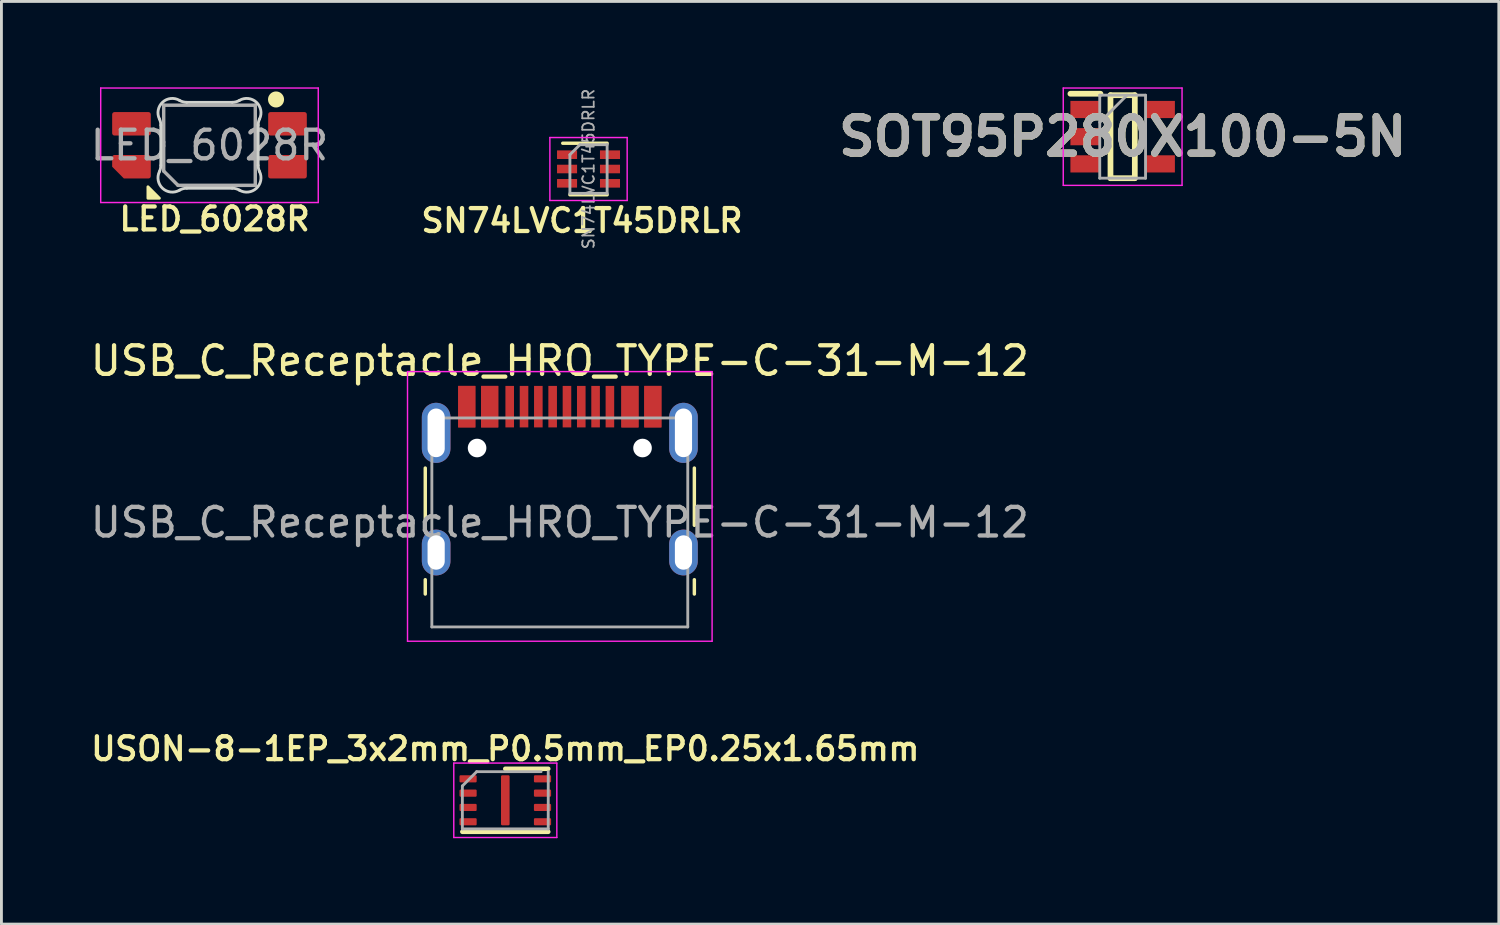
<source format=kicad_pcb>
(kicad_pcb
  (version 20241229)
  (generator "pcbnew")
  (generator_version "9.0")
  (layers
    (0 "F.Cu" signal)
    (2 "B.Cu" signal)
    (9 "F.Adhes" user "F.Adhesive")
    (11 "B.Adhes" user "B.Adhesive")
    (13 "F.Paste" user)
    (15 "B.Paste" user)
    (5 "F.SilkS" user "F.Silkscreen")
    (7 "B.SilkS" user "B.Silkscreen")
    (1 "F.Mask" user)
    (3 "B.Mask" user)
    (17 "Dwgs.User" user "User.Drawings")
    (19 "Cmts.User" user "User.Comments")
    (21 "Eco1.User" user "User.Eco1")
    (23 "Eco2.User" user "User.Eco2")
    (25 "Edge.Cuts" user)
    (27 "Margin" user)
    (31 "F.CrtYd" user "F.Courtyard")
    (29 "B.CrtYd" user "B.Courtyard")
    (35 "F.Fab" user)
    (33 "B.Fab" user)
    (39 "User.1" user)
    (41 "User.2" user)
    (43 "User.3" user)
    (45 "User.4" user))
  (footprint "SN74LVC1T45DRLR"
    (layer "F.Cu")
    (at 17.509 2.854)
    (property "Reference" "SN74LVC1T45DRLR" (at -0.228 1.803 180) (layer "F.SilkS") (effects (font (size 0.8 0.8) (thickness 0.15))))
    (attr smd)
    (fp_line (start -0.9 -0.9) (end 0.65 -0.9) (stroke (width 0.12) (type solid)) (layer "F.SilkS"))
    (fp_line (start 0.65 0.9) (end -0.65 0.9) (stroke (width 0.12) (type solid)) (layer "F.SilkS"))
    (fp_line (start -1.35 -1.1) (end -1.35 1.1) (stroke (width 0.05) (type solid)) (layer "F.CrtYd"))
    (fp_line (start -1.35 -1.1) (end 1.35 -1.1) (stroke (width 0.05) (type solid)) (layer "F.CrtYd"))
    (fp_line (start 1.35 1.1) (end -1.35 1.1) (stroke (width 0.05) (type solid)) (layer "F.CrtYd"))
    (fp_line (start 1.35 1.1) (end 1.35 -1.1) (stroke (width 0.05) (type solid)) (layer "F.CrtYd"))
    (fp_line (start -0.65 -0.5) (end -0.65 0.85) (stroke (width 0.1) (type solid)) (layer "F.Fab"))
    (fp_line (start -0.65 -0.5) (end -0.3 -0.85) (stroke (width 0.1) (type solid)) (layer "F.Fab"))
    (fp_line (start -0.65 0.85) (end 0.65 0.85) (stroke (width 0.1) (type solid)) (layer "F.Fab"))
    (fp_line (start 0.65 -0.85) (end -0.3 -0.85) (stroke (width 0.1) (type solid)) (layer "F.Fab"))
    (fp_line (start 0.65 0.85) (end 0.65 -0.85) (stroke (width 0.1) (type solid)) (layer "F.Fab"))
    (fp_text user "${REFERENCE}" (at 0 0 90) (layer "F.Fab") (effects (font (size 0.4 0.4) (thickness 0.062))))
    (pad "1" smd rect (at -0.75 -0.5) (size 0.7 0.3) (layers "F.Cu" "F.Mask" "F.Paste"))
    (pad "2" smd rect (at -0.75 0) (size 0.7 0.3) (layers "F.Cu" "F.Mask" "F.Paste"))
    (pad "3" smd rect (at -0.75 0.5) (size 0.7 0.3) (layers "F.Cu" "F.Mask" "F.Paste"))
    (pad "4" smd rect (at 0.75 0.5) (size 0.7 0.3) (layers "F.Cu" "F.Mask" "F.Paste"))
    (pad "5" smd rect (at 0.75 0) (size 0.7 0.3) (layers "F.Cu" "F.Mask" "F.Paste"))
    (pad "6" smd rect (at 0.75 -0.5) (size 0.7 0.3) (layers "F.Cu" "F.Mask" "F.Paste")))
  (footprint "USB_C_Receptacle_HRO_TYPE-C-31-M-12"
    (layer "F.Cu")
    (at 16.506 15.201)
    (property "Reference" "USB_C_Receptacle_HRO_TYPE-C-31-M-12" (at 0 -5.645 180) (layer "F.SilkS") (effects (font (size 1 1) (thickness 0.15))))
    (attr smd)
    (fp_line (start -4.7 -1.9) (end -4.7 0.1) (stroke (width 0.12) (type solid)) (layer "F.SilkS"))
    (fp_line (start -4.7 2) (end -4.7 2.5) (stroke (width 0.12) (type solid)) (layer "F.SilkS"))
    (fp_line (start 4.7 -1.9) (end 4.7 0.1) (stroke (width 0.12) (type solid)) (layer "F.SilkS"))
    (fp_line (start 4.7 2) (end 4.7 2.5) (stroke (width 0.12) (type solid)) (layer "F.SilkS"))
    (fp_line (start -5.32 -5.27) (end -5.32 4.15) (stroke (width 0.05) (type solid)) (layer "F.CrtYd"))
    (fp_line (start -5.32 -5.27) (end 5.32 -5.27) (stroke (width 0.05) (type solid)) (layer "F.CrtYd"))
    (fp_line (start -5.32 4.15) (end 5.32 4.15) (stroke (width 0.05) (type solid)) (layer "F.CrtYd"))
    (fp_line (start 5.32 -5.27) (end 5.32 4.15) (stroke (width 0.05) (type solid)) (layer "F.CrtYd"))
    (fp_line (start -4.47 -3.65) (end -4.47 3.65) (stroke (width 0.1) (type solid)) (layer "F.Fab"))
    (fp_line (start -4.47 -3.65) (end 4.47 -3.65) (stroke (width 0.1) (type solid)) (layer "F.Fab"))
    (fp_line (start -4.47 3.65) (end 4.47 3.65) (stroke (width 0.1) (type solid)) (layer "F.Fab"))
    (fp_line (start 4.47 -3.65) (end 4.47 3.65) (stroke (width 0.1) (type solid)) (layer "F.Fab"))
    (fp_text user "${REFERENCE}" (at 0 0 180) (layer "F.Fab") (effects (font (size 1 1) (thickness 0.15))))
    (pad "" np_thru_hole circle (at -2.89 -2.6) (size 0.65 0.65) (drill 0.65) (layers "*.Cu" "*.Mask"))
    (pad "" np_thru_hole circle (at 2.89 -2.6) (size 0.65 0.65) (drill 0.65) (layers "*.Cu" "*.Mask"))
    (pad "A1" smd rect (at -3.25 -4.045) (size 0.6 1.45) (layers "F.Cu" "F.Mask" "F.Paste"))
    (pad "A4" smd rect (at -2.45 -4.045) (size 0.6 1.45) (layers "F.Cu" "F.Mask" "F.Paste"))
    (pad "A5" smd rect (at -1.25 -4.045) (size 0.3 1.45) (layers "F.Cu" "F.Mask" "F.Paste"))
    (pad "A6" smd rect (at -0.25 -4.045) (size 0.3 1.45) (layers "F.Cu" "F.Mask" "F.Paste"))
    (pad "A7" smd rect (at 0.25 -4.045) (size 0.3 1.45) (layers "F.Cu" "F.Mask" "F.Paste"))
    (pad "A8" smd rect (at 1.25 -4.045) (size 0.3 1.45) (layers "F.Cu" "F.Mask" "F.Paste"))
    (pad "A9" smd rect (at 2.45 -4.045) (size 0.6 1.45) (layers "F.Cu" "F.Mask" "F.Paste"))
    (pad "A12" smd rect (at 3.25 -4.045) (size 0.6 1.45) (layers "F.Cu" "F.Mask" "F.Paste"))
    (pad "B1" smd rect (at 3.25 -4.045) (size 0.6 1.45) (layers "F.Cu" "F.Mask" "F.Paste"))
    (pad "B4" smd rect (at 2.45 -4.045) (size 0.6 1.45) (layers "F.Cu" "F.Mask" "F.Paste"))
    (pad "B5" smd rect (at 1.75 -4.045) (size 0.3 1.45) (layers "F.Cu" "F.Mask" "F.Paste"))
    (pad "B6" smd rect (at 0.75 -4.045) (size 0.3 1.45) (layers "F.Cu" "F.Mask" "F.Paste"))
    (pad "B7" smd rect (at -0.75 -4.045) (size 0.3 1.45) (layers "F.Cu" "F.Mask" "F.Paste"))
    (pad "B8" smd rect (at -1.75 -4.045) (size 0.3 1.45) (layers "F.Cu" "F.Mask" "F.Paste"))
    (pad "B9" smd rect (at -2.45 -4.045) (size 0.6 1.45) (layers "F.Cu" "F.Mask" "F.Paste"))
    (pad "B12" smd rect (at -3.25 -4.045) (size 0.6 1.45) (layers "F.Cu" "F.Mask" "F.Paste"))
    (pad "S1" thru_hole oval (at -4.32 -3.13) (size 1 2.1) (drill oval 0.6 1.7) (layers "*.Cu" "*.Mask"))
    (pad "S1" thru_hole oval (at -4.32 1.05) (size 1 1.6) (drill oval 0.6 1.2) (layers "*.Cu" "*.Mask"))
    (pad "S1" thru_hole oval (at 4.32 -3.13) (size 1 2.1) (drill oval 0.6 1.7) (layers "*.Cu" "*.Mask"))
    (pad "S1" thru_hole oval (at 4.32 1.05) (size 1 1.6) (drill oval 0.6 1.2) (layers "*.Cu" "*.Mask")))
  (footprint "SOT95P280X100-5N"
    (layer "F.Cu")
    (at 36.168 1.725)
    (property "Reference" "SOT95P280X100-5N" (at 0 0 0) (layer "F.SilkS") (effects (font (size 1.27 1.27) (thickness 0.254))))
    (attr smd)
    (fp_line (start -1.825 -1.5) (end -0.775 -1.5) (stroke (width 0.2) (type solid)) (layer "F.SilkS"))
    (fp_line (start -0.425 -1.45) (end 0.425 -1.45) (stroke (width 0.2) (type solid)) (layer "F.SilkS"))
    (fp_line (start -0.425 1.45) (end -0.425 -1.45) (stroke (width 0.2) (type solid)) (layer "F.SilkS"))
    (fp_line (start 0.425 -1.45) (end 0.425 1.45) (stroke (width 0.2) (type solid)) (layer "F.SilkS"))
    (fp_line (start 0.425 1.45) (end -0.425 1.45) (stroke (width 0.2) (type solid)) (layer "F.SilkS"))
    (fp_line (start -2.075 -1.7) (end 2.075 -1.7) (stroke (width 0.05) (type solid)) (layer "F.CrtYd"))
    (fp_line (start -2.075 1.7) (end -2.075 -1.7) (stroke (width 0.05) (type solid)) (layer "F.CrtYd"))
    (fp_line (start 2.075 -1.7) (end 2.075 1.7) (stroke (width 0.05) (type solid)) (layer "F.CrtYd"))
    (fp_line (start 2.075 1.7) (end -2.075 1.7) (stroke (width 0.05) (type solid)) (layer "F.CrtYd"))
    (fp_line (start -0.8 -1.45) (end 0.8 -1.45) (stroke (width 0.1) (type solid)) (layer "F.Fab"))
    (fp_line (start -0.8 -0.5) (end 0.15 -1.45) (stroke (width 0.1) (type solid)) (layer "F.Fab"))
    (fp_line (start -0.8 1.45) (end -0.8 -1.45) (stroke (width 0.1) (type solid)) (layer "F.Fab"))
    (fp_line (start 0.8 -1.45) (end 0.8 1.45) (stroke (width 0.1) (type solid)) (layer "F.Fab"))
    (fp_line (start 0.8 1.45) (end -0.8 1.45) (stroke (width 0.1) (type solid)) (layer "F.Fab"))
    (fp_text user "${REFERENCE}" (at 0 0 0) (layer "F.Fab") (effects (font (size 1.27 1.27) (thickness 0.254))))
    (pad "1" smd rect (at -1.3 -0.95 90) (size 0.6 1.05) (layers "F.Cu" "F.Mask" "F.Paste"))
    (pad "2" smd rect (at -1.3 0 90) (size 0.6 1.05) (layers "F.Cu" "F.Mask" "F.Paste"))
    (pad "3" smd rect (at -1.3 0.95 90) (size 0.6 1.05) (layers "F.Cu" "F.Mask" "F.Paste"))
    (pad "4" smd rect (at 1.3 0.95 90) (size 0.6 1.05) (layers "F.Cu" "F.Mask" "F.Paste"))
    (pad "5" smd rect (at 1.3 -0.95 90) (size 0.6 1.05) (layers "F.Cu" "F.Mask" "F.Paste")))
  (footprint "LED_6028R"
    (layer "F.Cu")
    (at 4.268 2.025)
    (property "Reference" "LED_6028R" (at 0.18 2.575 0) (layer "F.SilkS") (effects (font (size 0.8 0.8) (thickness 0.15))))
    (attr smd)
    (fp_circle (center 2.325 -1.6) (end 2.55 -1.65) (stroke (width 0.1) (type solid)) (fill yes) (layer "F.SilkS"))
    (fp_poly (pts (xy -1.75 1.85) (xy -2.15 1.45) (xy -2.15 1.85)) (stroke (width 0.1) (type solid)) (fill yes) (layer "F.SilkS"))
    (fp_line (start -1.7 -0.703) (end -1.7 0.703) (stroke (width 0.1) (type solid)) (layer "Edge.Cuts"))
    (fp_line (start -0.794 1.5) (end 0.794 1.5) (stroke (width 0.1) (type solid)) (layer "Edge.Cuts"))
    (fp_line (start 0.794 -1.5) (end -0.794 -1.5) (stroke (width 0.1) (type solid)) (layer "Edge.Cuts"))
    (fp_line (start 1.7 0.703) (end 1.7 -0.703) (stroke (width 0.1) (type solid)) (layer "Edge.Cuts"))
    (fp_arc (start -1.749484 -0.919721) (mid -1.712527 -0.814069) (end -1.699999 -0.702844) (stroke (width 0.1) (type solid)) (layer "Edge.Cuts"))
    (fp_arc (start -1.749484 -0.919721) (mid -1.638071 -1.504036) (end -1.046711 -1.568299) (stroke (width 0.1) (type solid)) (layer "Edge.Cuts"))
    (fp_arc (start -1.699999 0.702841) (mid -1.712527 0.814067) (end -1.749484 0.919719) (stroke (width 0.1) (type solid)) (layer "Edge.Cuts"))
    (fp_arc (start -1.046711 1.568298) (mid -1.638072 1.504034) (end -1.749484 0.919718) (stroke (width 0.1) (type solid)) (layer "Edge.Cuts"))
    (fp_arc (start -1.046711 1.568298) (mid -0.925123 1.517376) (end -0.794452 1.499999) (stroke (width 0.1) (type solid)) (layer "Edge.Cuts"))
    (fp_arc (start -0.794453 -1.5) (mid -0.925123 -1.517377) (end -1.046711 -1.568299) (stroke (width 0.1) (type solid)) (layer "Edge.Cuts"))
    (fp_arc (start 0.794452 1.499999) (mid 0.925122 1.517376) (end 1.04671 1.568298) (stroke (width 0.1) (type solid)) (layer "Edge.Cuts"))
    (fp_arc (start 1.046711 -1.5683) (mid 0.925123 -1.517378) (end 0.794453 -1.500001) (stroke (width 0.1) (type solid)) (layer "Edge.Cuts"))
    (fp_arc (start 1.046711 -1.5683) (mid 1.638071 -1.504036) (end 1.749484 -0.919721) (stroke (width 0.1) (type solid)) (layer "Edge.Cuts"))
    (fp_arc (start 1.699999 -0.702843) (mid 1.712527 -0.814069) (end 1.749484 -0.919721) (stroke (width 0.1) (type solid)) (layer "Edge.Cuts"))
    (fp_arc (start 1.749484 0.919719) (mid 1.63807 1.504033) (end 1.046711 1.568296) (stroke (width 0.1) (type solid)) (layer "Edge.Cuts"))
    (fp_arc (start 1.749484 0.919719) (mid 1.712527 0.814067) (end 1.699999 0.702842) (stroke (width 0.1) (type solid)) (layer "Edge.Cuts"))
    (fp_line (start -3.8 -2) (end 3.8 -2) (stroke (width 0.05) (type solid)) (layer "F.CrtYd"))
    (fp_line (start -3.8 2) (end -3.8 -2) (stroke (width 0.05) (type solid)) (layer "F.CrtYd"))
    (fp_line (start 3.8 -2) (end 3.8 2) (stroke (width 0.05) (type solid)) (layer "F.CrtYd"))
    (fp_line (start 3.8 2) (end -3.8 2) (stroke (width 0.05) (type solid)) (layer "F.CrtYd"))
    (fp_line (start -1.6 -1.4) (end 1.6 -1.4) (stroke (width 0.12) (type solid)) (layer "F.Fab"))
    (fp_line (start -1.6 0.9) (end -1.6 -1.4) (stroke (width 0.12) (type solid)) (layer "F.Fab"))
    (fp_line (start -1.6 0.9) (end -1.1 1.4) (stroke (width 0.12) (type solid)) (layer "F.Fab"))
    (fp_line (start 1.6 -1.4) (end 1.6 1.4) (stroke (width 0.12) (type solid)) (layer "F.Fab"))
    (fp_line (start 1.6 1.4) (end -1.1 1.4) (stroke (width 0.12) (type solid)) (layer "F.Fab"))
    (fp_text user "${REFERENCE}" (at 0 0 0) (layer "F.Fab") (effects (font (size 1 1) (thickness 0.15))))
    (pad "1" smd roundrect (at 2.725 -0.75 90) (size 0.82 1.35) (layers "F.Cu" "F.Mask" "F.Paste") (roundrect_rratio 0.1))
    (pad "2" smd roundrect (at 2.725 0.75 90) (size 0.82 1.35) (layers "F.Cu" "F.Mask" "F.Paste") (roundrect_rratio 0.1))
    (pad "3" smd roundrect (at -2.725 -0.75 90) (size 0.82 1.35) (layers "F.Cu" "F.Mask" "F.Paste") (roundrect_rratio 0.1))
    (pad "4" smd roundrect (at -2.725 0.75 90) (size 0.82 1.35) (layers "F.Cu" "F.Mask" "F.Paste") (roundrect_rratio 0.1) (chamfer_ratio 0.5) (chamfer top_left)))
  (footprint "USON-8-1EP_3x2mm_P0.5mm_EP0.25x1.65mm"
    (layer "F.Cu")
    (at 14.602 24.907)
    (property "Reference" "USON-8-1EP_3x2mm_P0.5mm_EP0.25x1.65mm" (at 0 -1.8 0) (layer "F.SilkS") (effects (font (size 0.8 0.8) (thickness 0.15))))
    (attr smd)
    (fp_line (start -1.5 1.1) (end 1.5 1.1) (stroke (width 0.16) (type solid)) (layer "F.SilkS"))
    (fp_line (start 0 -1.1) (end 1.5 -1.1) (stroke (width 0.16) (type solid)) (layer "F.SilkS"))
    (fp_line (start -1.8 -1.3) (end -1.8 1.3) (stroke (width 0.05) (type solid)) (layer "F.CrtYd"))
    (fp_line (start -1.8 1.3) (end 1.8 1.3) (stroke (width 0.05) (type solid)) (layer "F.CrtYd"))
    (fp_line (start 1.8 -1.3) (end -1.8 -1.3) (stroke (width 0.05) (type solid)) (layer "F.CrtYd"))
    (fp_line (start 1.8 1.3) (end 1.8 -1.3) (stroke (width 0.05) (type solid)) (layer "F.CrtYd"))
    (fp_line (start -1.5 -0.5) (end -1 -1) (stroke (width 0.1) (type solid)) (layer "F.Fab"))
    (fp_line (start -1.5 1) (end -1.5 -0.5) (stroke (width 0.1) (type solid)) (layer "F.Fab"))
    (fp_line (start -1 -1) (end 1.25 -1) (stroke (width 0.1) (type solid)) (layer "F.Fab"))
    (fp_line (start 1.5 -1) (end 1.5 1) (stroke (width 0.1) (type solid)) (layer "F.Fab"))
    (fp_line (start 1.5 1) (end -1.5 1) (stroke (width 0.1) (type solid)) (layer "F.Fab"))
    (pad "1" smd roundrect (at -1.3 -0.75) (size 0.6 0.25) (layers "F.Cu" "F.Mask" "F.Paste") (roundrect_rratio 0.15))
    (pad "2" smd roundrect (at -1.3 -0.25) (size 0.6 0.25) (layers "F.Cu" "F.Mask" "F.Paste") (roundrect_rratio 0.15))
    (pad "3" smd roundrect (at -1.3 0.25) (size 0.6 0.25) (layers "F.Cu" "F.Mask" "F.Paste") (roundrect_rratio 0.15))
    (pad "4" smd roundrect (at -1.3 0.75) (size 0.6 0.25) (layers "F.Cu" "F.Mask" "F.Paste") (roundrect_rratio 0.15))
    (pad "5" smd roundrect (at 1.3 0.75) (size 0.6 0.25) (layers "F.Cu" "F.Mask" "F.Paste") (roundrect_rratio 0.15))
    (pad "6" smd roundrect (at 1.3 0.25) (size 0.6 0.25) (layers "F.Cu" "F.Mask" "F.Paste") (roundrect_rratio 0.15))
    (pad "7" smd roundrect (at 1.3 -0.25) (size 0.6 0.25) (layers "F.Cu" "F.Mask" "F.Paste") (roundrect_rratio 0.15))
    (pad "8" smd roundrect (at 1.3 -0.75) (size 0.6 0.25) (layers "F.Cu" "F.Mask" "F.Paste") (roundrect_rratio 0.15))
    (pad "9" smd roundrect (at 0 0) (size 0.3 1.75) (layers "F.Cu" "F.Mask" "F.Paste") (roundrect_rratio 0.15)))
  (gr_rect
    (start -3 -3)
    (end 49.309 29.232)
    (stroke (width 0.1) (type default))
    (fill no)
    (layer "Edge.Cuts")))
</source>
